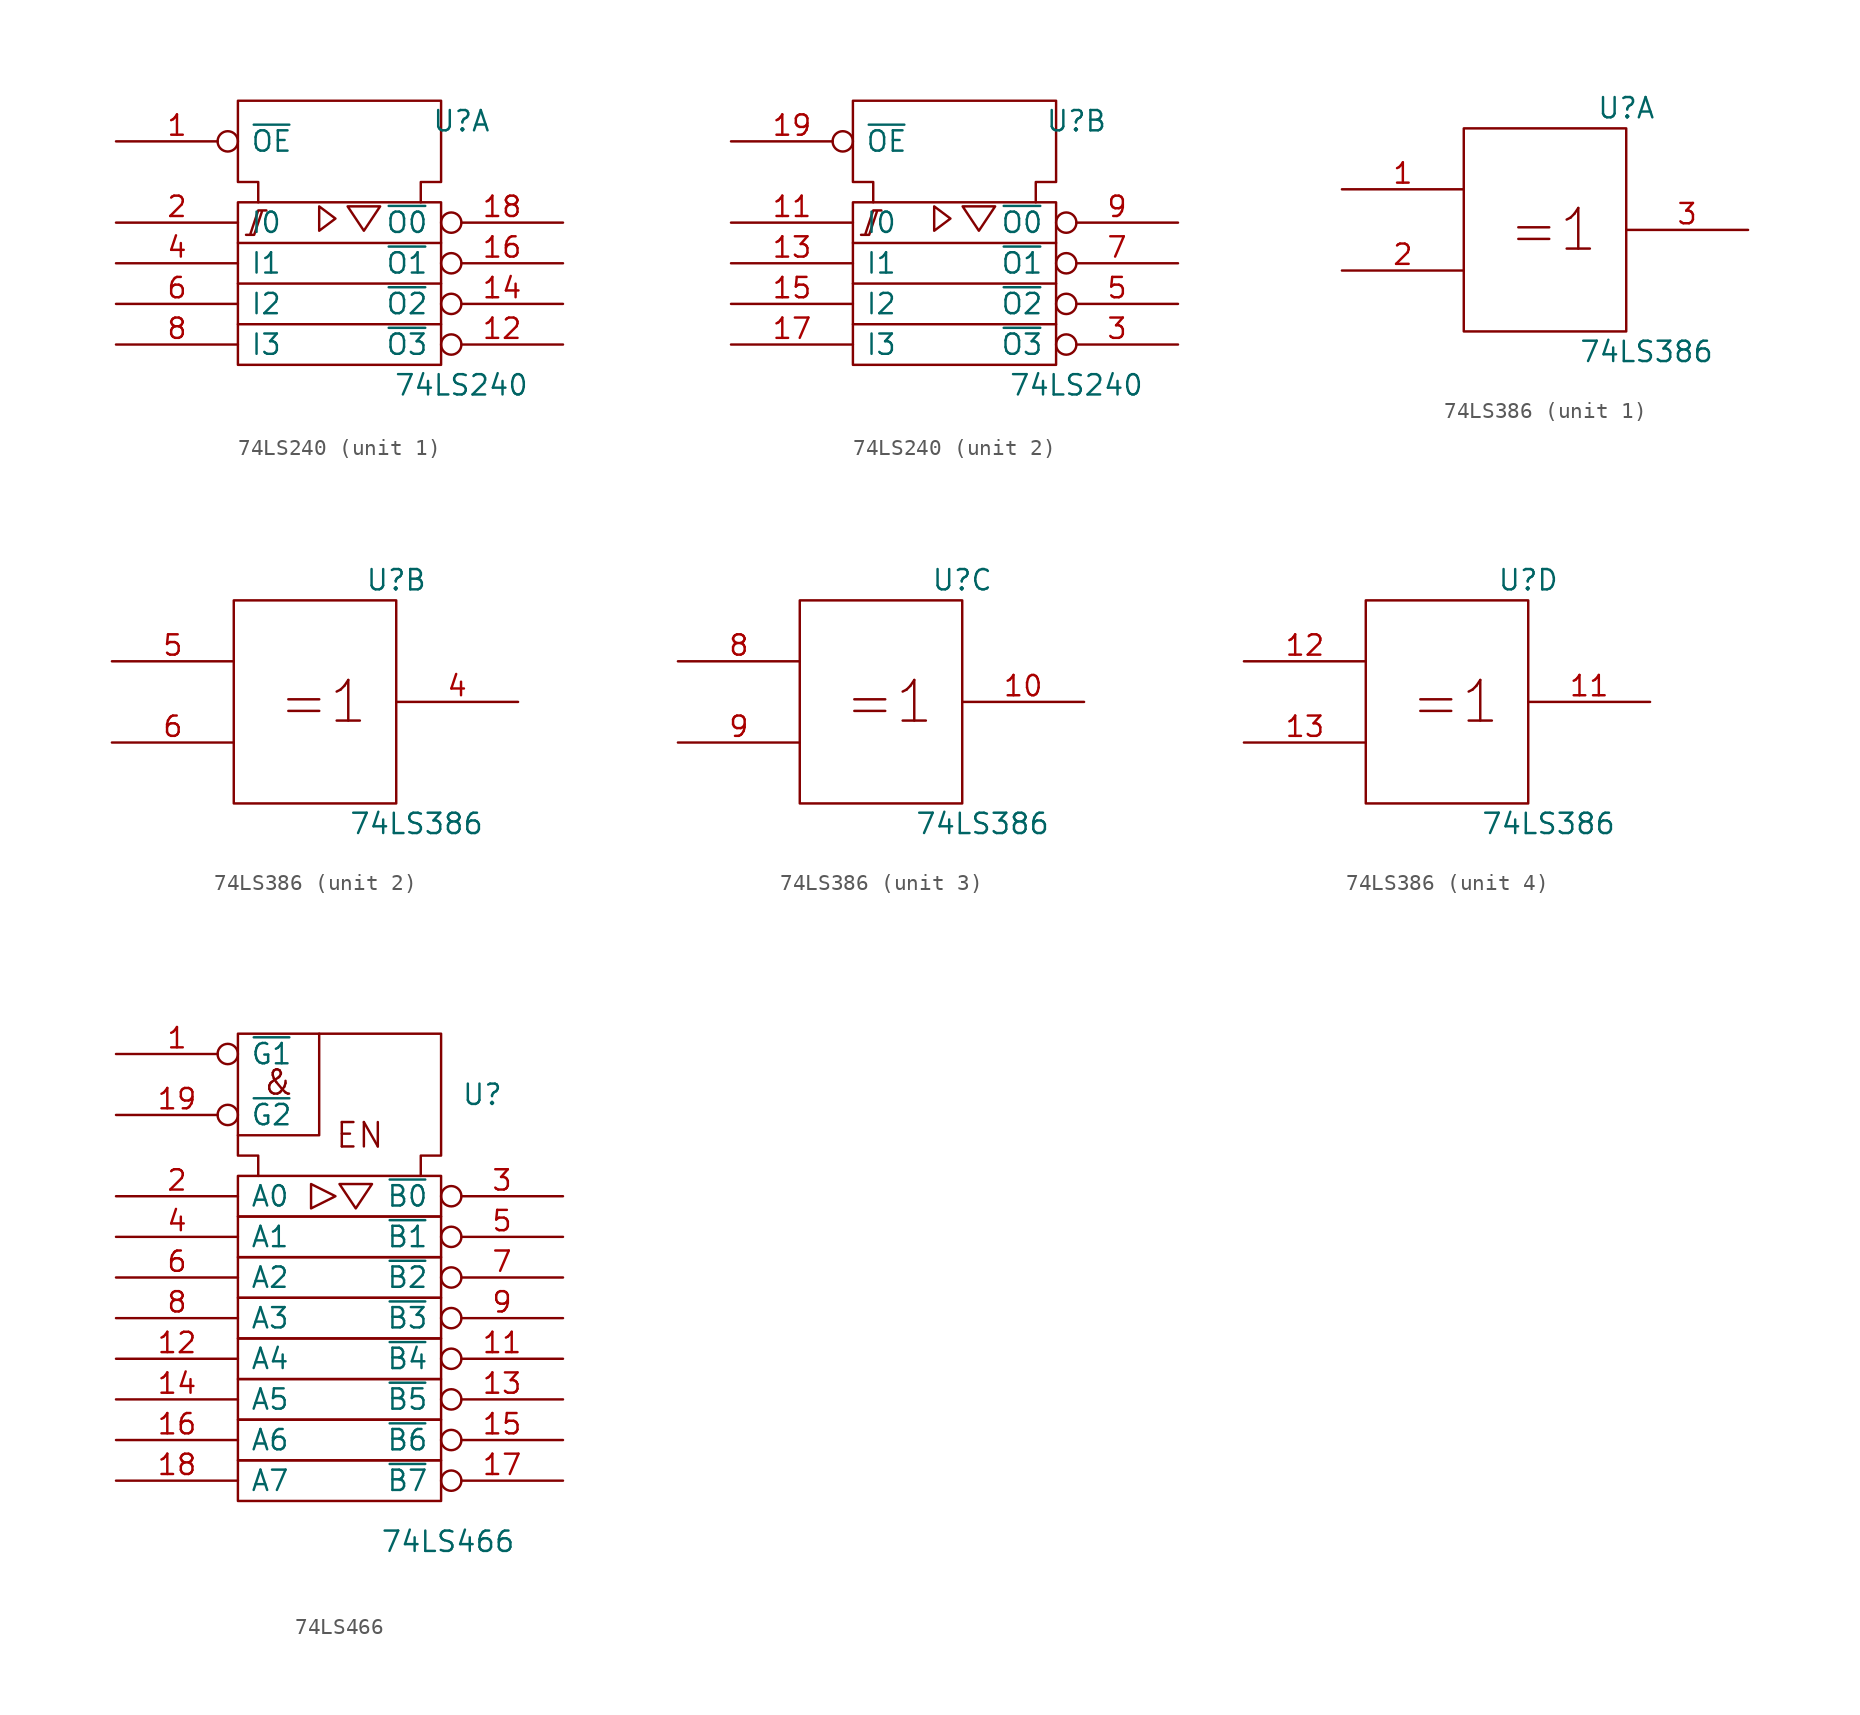
<source format=kicad_sym>
(kicad_symbol_lib
  (version 20231120)
  (generator "kicad_symbol_editor")
  (generator_version "8.0")
  (symbol "74LS240"
    (pin_names
      (offset 0.762))
    (property "Reference" "U"
      (at 7.62 8.89 0)
      (effects (font (size 1.27 1.27))))
    (property "Value" "74LS240"
      (at 7.62 -7.62 0)
      (effects (font (size 1.27 1.27))))
    (symbol "74LS240_0_0"
      (polyline (pts (xy -1.27 3.556) (xy -1.27 2.032) (xy -0.254 2.794) (xy -1.27 3.556) (xy -1.27 3.556)) (stroke (width 0) (type default)) (fill (type none)))
      (polyline (pts (xy 0.762 3.556) (xy 2.54 3.556) (xy 1.524 2.032) (xy 0.508 3.556) (xy 0.762 3.556) (xy 0.762 3.556)) (stroke (width 0) (type default)) (fill (type none))))
    (symbol "74LS240_0_1"
      (rectangle (start -6.35 3.81) (end 6.35 -6.35) (stroke (width 0) (type default)) (fill (type none)))
      (polyline (pts (xy -6.35 -3.81) (xy 6.35 -3.81) (xy 6.35 -3.81)) (stroke (width 0) (type default)) (fill (type none)))
      (polyline (pts (xy -6.35 -1.27) (xy 6.35 -1.27) (xy 6.35 -1.27)) (stroke (width 0) (type default)) (fill (type none)))
      (polyline (pts (xy -6.35 1.27) (xy 6.35 1.27) (xy 6.35 1.27)) (stroke (width 0) (type default)) (fill (type none)))
      (polyline (pts (xy -5.842 1.778) (xy -5.334 1.778) (xy -4.826 3.302) (xy -4.572 3.302) (xy -5.08 3.302) (xy -5.588 1.778) (xy -5.588 1.778)) (stroke (width 0) (type default)) (fill (type none)))
      (polyline (pts (xy -5.08 3.81) (xy -5.08 5.08) (xy -6.35 5.08) (xy -6.35 10.16) (xy 6.35 10.16) (xy 6.35 5.08) (xy 5.08 5.08) (xy 5.08 3.81) (xy 5.08 3.81)) (stroke (width 0) (type default)) (fill (type none)))
      (pin power_in line (at 1.27 10.16 270) (length 0) hide (name "GND" (effects (font (size 1.27 1.27)))) (number "10" (effects (font (size 1.27 1.27)))))
      (pin power_in line (at 5.08 10.16 270) (length 0) hide (name "VCC" (effects (font (size 1.27 1.27)))) (number "20" (effects (font (size 1.27 1.27))))))
    (symbol "74LS240_1_1"
      (pin input inverted (at -13.97 7.62 0) (length 7.62) (name "~{OE}" (effects (font (size 1.27 1.27)))) (number "1" (effects (font (size 1.27 1.27)))))
      (pin tri_state inverted (at 13.97 -5.08 180) (length 7.62) (name "~{O3}" (effects (font (size 1.27 1.27)))) (number "12" (effects (font (size 1.27 1.27)))))
      (pin tri_state inverted (at 13.97 -2.54 180) (length 7.62) (name "~{O2}" (effects (font (size 1.27 1.27)))) (number "14" (effects (font (size 1.27 1.27)))))
      (pin tri_state inverted (at 13.97 0 180) (length 7.62) (name "~{O1}" (effects (font (size 1.27 1.27)))) (number "16" (effects (font (size 1.27 1.27)))))
      (pin tri_state inverted (at 13.97 2.54 180) (length 7.62) (name "~{O0}" (effects (font (size 1.27 1.27)))) (number "18" (effects (font (size 1.27 1.27)))))
      (pin input line (at -13.97 2.54 0) (length 7.62) (name "I0" (effects (font (size 1.27 1.27)))) (number "2" (effects (font (size 1.27 1.27)))))
      (pin input line (at -13.97 0 0) (length 7.62) (name "I1" (effects (font (size 1.27 1.27)))) (number "4" (effects (font (size 1.27 1.27)))))
      (pin input line (at -13.97 -2.54 0) (length 7.62) (name "I2" (effects (font (size 1.27 1.27)))) (number "6" (effects (font (size 1.27 1.27)))))
      (pin input line (at -13.97 -5.08 0) (length 7.62) (name "I3" (effects (font (size 1.27 1.27)))) (number "8" (effects (font (size 1.27 1.27))))))
    (symbol "74LS240_2_1"
      (pin input line (at -13.97 2.54 0) (length 7.62) (name "I0" (effects (font (size 1.27 1.27)))) (number "11" (effects (font (size 1.27 1.27)))))
      (pin input line (at -13.97 0 0) (length 7.62) (name "I1" (effects (font (size 1.27 1.27)))) (number "13" (effects (font (size 1.27 1.27)))))
      (pin input line (at -13.97 -2.54 0) (length 7.62) (name "I2" (effects (font (size 1.27 1.27)))) (number "15" (effects (font (size 1.27 1.27)))))
      (pin input line (at -13.97 -5.08 0) (length 7.62) (name "I3" (effects (font (size 1.27 1.27)))) (number "17" (effects (font (size 1.27 1.27)))))
      (pin input inverted (at -13.97 7.62 0) (length 7.62) (name "~{OE}" (effects (font (size 1.27 1.27)))) (number "19" (effects (font (size 1.27 1.27)))))
      (pin tri_state inverted (at 13.97 -5.08 180) (length 7.62) (name "~{O3}" (effects (font (size 1.27 1.27)))) (number "3" (effects (font (size 1.27 1.27)))))
      (pin tri_state inverted (at 13.97 -2.54 180) (length 7.62) (name "~{O2}" (effects (font (size 1.27 1.27)))) (number "5" (effects (font (size 1.27 1.27)))))
      (pin tri_state inverted (at 13.97 0 180) (length 7.62) (name "~{O1}" (effects (font (size 1.27 1.27)))) (number "7" (effects (font (size 1.27 1.27)))))
      (pin tri_state inverted (at 13.97 2.54 180) (length 7.62) (name "~{O0}" (effects (font (size 1.27 1.27)))) (number "9" (effects (font (size 1.27 1.27)))))))
  (symbol "74LS386"
    (pin_names
      (offset 0.762))
    (property "Reference" "U"
      (at 5.08 7.62 0)
      (effects (font (size 1.27 1.27))))
    (property "Value" "74LS386"
      (at 6.35 -7.62 0)
      (effects (font (size 1.27 1.27))))
    (symbol "74LS386_0_1"
      (rectangle (start -5.08 6.35) (end 5.08 -6.35) (stroke (width 0) (type default)) (fill (type none)))
      (text "=1" (at 0.508 0 0) (effects (font (size 2.54 2.54))))
      (pin power_in line (at 0 6.35 270) (length 0) hide (name "Vcc" (effects (font (size 1.27 1.27)))) (number "14" (effects (font (size 1.27 1.27)))))
      (pin power_in line (at 0 -6.35 90) (length 0) hide (name "Gnd" (effects (font (size 1.27 1.27)))) (number "7" (effects (font (size 1.27 1.27))))))
    (symbol "74LS386_1_1"
      (pin input line (at -12.7 2.54 0) (length 7.62) (name "~" (effects (font (size 1.27 1.27)))) (number "1" (effects (font (size 1.27 1.27)))))
      (pin input line (at -12.7 -2.54 0) (length 7.62) (name "~" (effects (font (size 1.27 1.27)))) (number "2" (effects (font (size 1.27 1.27)))))
      (pin output line (at 12.7 0 180) (length 7.62) (name "~" (effects (font (size 1.27 1.27)))) (number "3" (effects (font (size 1.27 1.27))))))
    (symbol "74LS386_2_1"
      (pin output line (at 12.7 0 180) (length 7.62) (name "~" (effects (font (size 1.27 1.27)))) (number "4" (effects (font (size 1.27 1.27)))))
      (pin input line (at -12.7 2.54 0) (length 7.62) (name "~" (effects (font (size 1.27 1.27)))) (number "5" (effects (font (size 1.27 1.27)))))
      (pin input line (at -12.7 -2.54 0) (length 7.62) (name "~" (effects (font (size 1.27 1.27)))) (number "6" (effects (font (size 1.27 1.27))))))
    (symbol "74LS386_3_1"
      (pin output line (at 12.7 0 180) (length 7.62) (name "~" (effects (font (size 1.27 1.27)))) (number "10" (effects (font (size 1.27 1.27)))))
      (pin input line (at -12.7 2.54 0) (length 7.62) (name "~" (effects (font (size 1.27 1.27)))) (number "8" (effects (font (size 1.27 1.27)))))
      (pin input line (at -12.7 -2.54 0) (length 7.62) (name "~" (effects (font (size 1.27 1.27)))) (number "9" (effects (font (size 1.27 1.27))))))
    (symbol "74LS386_4_1"
      (pin output line (at 12.7 0 180) (length 7.62) (name "~" (effects (font (size 1.27 1.27)))) (number "11" (effects (font (size 1.27 1.27)))))
      (pin input line (at -12.7 2.54 0) (length 7.62) (name "~" (effects (font (size 1.27 1.27)))) (number "12" (effects (font (size 1.27 1.27)))))
      (pin input line (at -12.7 -2.54 0) (length 7.62) (name "~" (effects (font (size 1.27 1.27)))) (number "13" (effects (font (size 1.27 1.27)))))))
  (symbol "74LS466"
    (pin_names
      (offset 0.762))
    (property "Reference" "U"
      (at 7.62 12.7 0)
      (effects (font (size 1.27 1.27)) (justify left)))
    (property "Value" "74LS466"
      (at 2.54 -15.24 0)
      (effects (font (size 1.27 1.27)) (justify left)))
    (symbol "74LS466_0_0"
      (polyline (pts (xy -1.27 16.51) (xy -1.27 10.16) (xy -6.35 10.16) (xy -6.35 10.16)) (stroke (width 0) (type default)) (fill (type none)))
      (polyline (pts (xy -1.778 7.112) (xy -1.778 5.588) (xy -0.254 6.35) (xy -1.778 7.112) (xy -1.778 7.112)) (stroke (width 0) (type default)) (fill (type none)))
      (polyline (pts (xy 0 7.112) (xy 2.032 7.112) (xy 1.016 5.588) (xy 0 7.112) (xy 0 7.112)) (stroke (width 0) (type default)) (fill (type none)))
      (text "&" (at -3.81 13.462 0) (effects (font (size 1.524 1.524))))
      (text "EN" (at 1.27 10.16 0) (effects (font (size 1.524 1.524))))
      (pin power_in line (at 1.27 16.51 270) (length 0) hide (name "GND" (effects (font (size 1.27 1.27)))) (number "10" (effects (font (size 1.27 1.27)))))
      (pin power_in line (at 5.08 16.51 270) (length 0) hide (name "VCC" (effects (font (size 1.27 1.27)))) (number "20" (effects (font (size 1.27 1.27))))))
    (symbol "74LS466_0_1"
      (rectangle (start -6.35 -10.16) (end 6.35 -12.7) (stroke (width 0) (type default)) (fill (type none)))
      (rectangle (start -6.35 -7.62) (end 6.35 -10.16) (stroke (width 0) (type default)) (fill (type none)))
      (rectangle (start -6.35 -5.08) (end 6.35 -7.62) (stroke (width 0) (type default)) (fill (type none)))
      (rectangle (start -6.35 -2.54) (end 6.35 -5.08) (stroke (width 0) (type default)) (fill (type none)))
      (rectangle (start -6.35 0) (end 6.35 -2.54) (stroke (width 0) (type default)) (fill (type none)))
      (rectangle (start -6.35 2.54) (end 6.35 0) (stroke (width 0) (type default)) (fill (type none)))
      (rectangle (start -6.35 5.08) (end 6.35 2.54) (stroke (width 0) (type default)) (fill (type none)))
      (rectangle (start -6.35 7.62) (end 6.35 5.08) (stroke (width 0) (type default)) (fill (type none)))
      (polyline (pts (xy -5.08 7.62) (xy -5.08 8.89) (xy -6.35 8.89) (xy -6.35 16.51) (xy 6.35 16.51) (xy 6.35 8.89) (xy 5.08 8.89) (xy 5.08 7.62) (xy 5.08 7.62)) (stroke (width 0) (type default)) (fill (type none))))
    (symbol "74LS466_1_1"
      (pin input inverted (at -13.97 15.24 0) (length 7.62) (name "~{G1}" (effects (font (size 1.27 1.27)))) (number "1" (effects (font (size 1.27 1.27)))))
      (pin tri_state inverted (at 13.97 -3.81 180) (length 7.62) (name "~{B4}" (effects (font (size 1.27 1.27)))) (number "11" (effects (font (size 1.27 1.27)))))
      (pin tri_state line (at -13.97 -3.81 0) (length 7.62) (name "A4" (effects (font (size 1.27 1.27)))) (number "12" (effects (font (size 1.27 1.27)))))
      (pin tri_state inverted (at 13.97 -6.35 180) (length 7.62) (name "~{B5}" (effects (font (size 1.27 1.27)))) (number "13" (effects (font (size 1.27 1.27)))))
      (pin tri_state line (at -13.97 -6.35 0) (length 7.62) (name "A5" (effects (font (size 1.27 1.27)))) (number "14" (effects (font (size 1.27 1.27)))))
      (pin tri_state inverted (at 13.97 -8.89 180) (length 7.62) (name "~{B6}" (effects (font (size 1.27 1.27)))) (number "15" (effects (font (size 1.27 1.27)))))
      (pin tri_state line (at -13.97 -8.89 0) (length 7.62) (name "A6" (effects (font (size 1.27 1.27)))) (number "16" (effects (font (size 1.27 1.27)))))
      (pin tri_state inverted (at 13.97 -11.43 180) (length 7.62) (name "~{B7}" (effects (font (size 1.27 1.27)))) (number "17" (effects (font (size 1.27 1.27)))))
      (pin tri_state line (at -13.97 -11.43 0) (length 7.62) (name "A7" (effects (font (size 1.27 1.27)))) (number "18" (effects (font (size 1.27 1.27)))))
      (pin input inverted (at -13.97 11.43 0) (length 7.62) (name "~{G2}" (effects (font (size 1.27 1.27)))) (number "19" (effects (font (size 1.27 1.27)))))
      (pin tri_state line (at -13.97 6.35 0) (length 7.62) (name "A0" (effects (font (size 1.27 1.27)))) (number "2" (effects (font (size 1.27 1.27)))))
      (pin tri_state inverted (at 13.97 6.35 180) (length 7.62) (name "~{B0}" (effects (font (size 1.27 1.27)))) (number "3" (effects (font (size 1.27 1.27)))))
      (pin tri_state line (at -13.97 3.81 0) (length 7.62) (name "A1" (effects (font (size 1.27 1.27)))) (number "4" (effects (font (size 1.27 1.27)))))
      (pin tri_state inverted (at 13.97 3.81 180) (length 7.62) (name "~{B1}" (effects (font (size 1.27 1.27)))) (number "5" (effects (font (size 1.27 1.27)))))
      (pin tri_state line (at -13.97 1.27 0) (length 7.62) (name "A2" (effects (font (size 1.27 1.27)))) (number "6" (effects (font (size 1.27 1.27)))))
      (pin tri_state inverted (at 13.97 1.27 180) (length 7.62) (name "~{B2}" (effects (font (size 1.27 1.27)))) (number "7" (effects (font (size 1.27 1.27)))))
      (pin tri_state line (at -13.97 -1.27 0) (length 7.62) (name "A3" (effects (font (size 1.27 1.27)))) (number "8" (effects (font (size 1.27 1.27)))))
      (pin tri_state inverted (at 13.97 -1.27 180) (length 7.62) (name "~{B3}" (effects (font (size 1.27 1.27)))) (number "9" (effects (font (size 1.27 1.27))))))))
</source>
